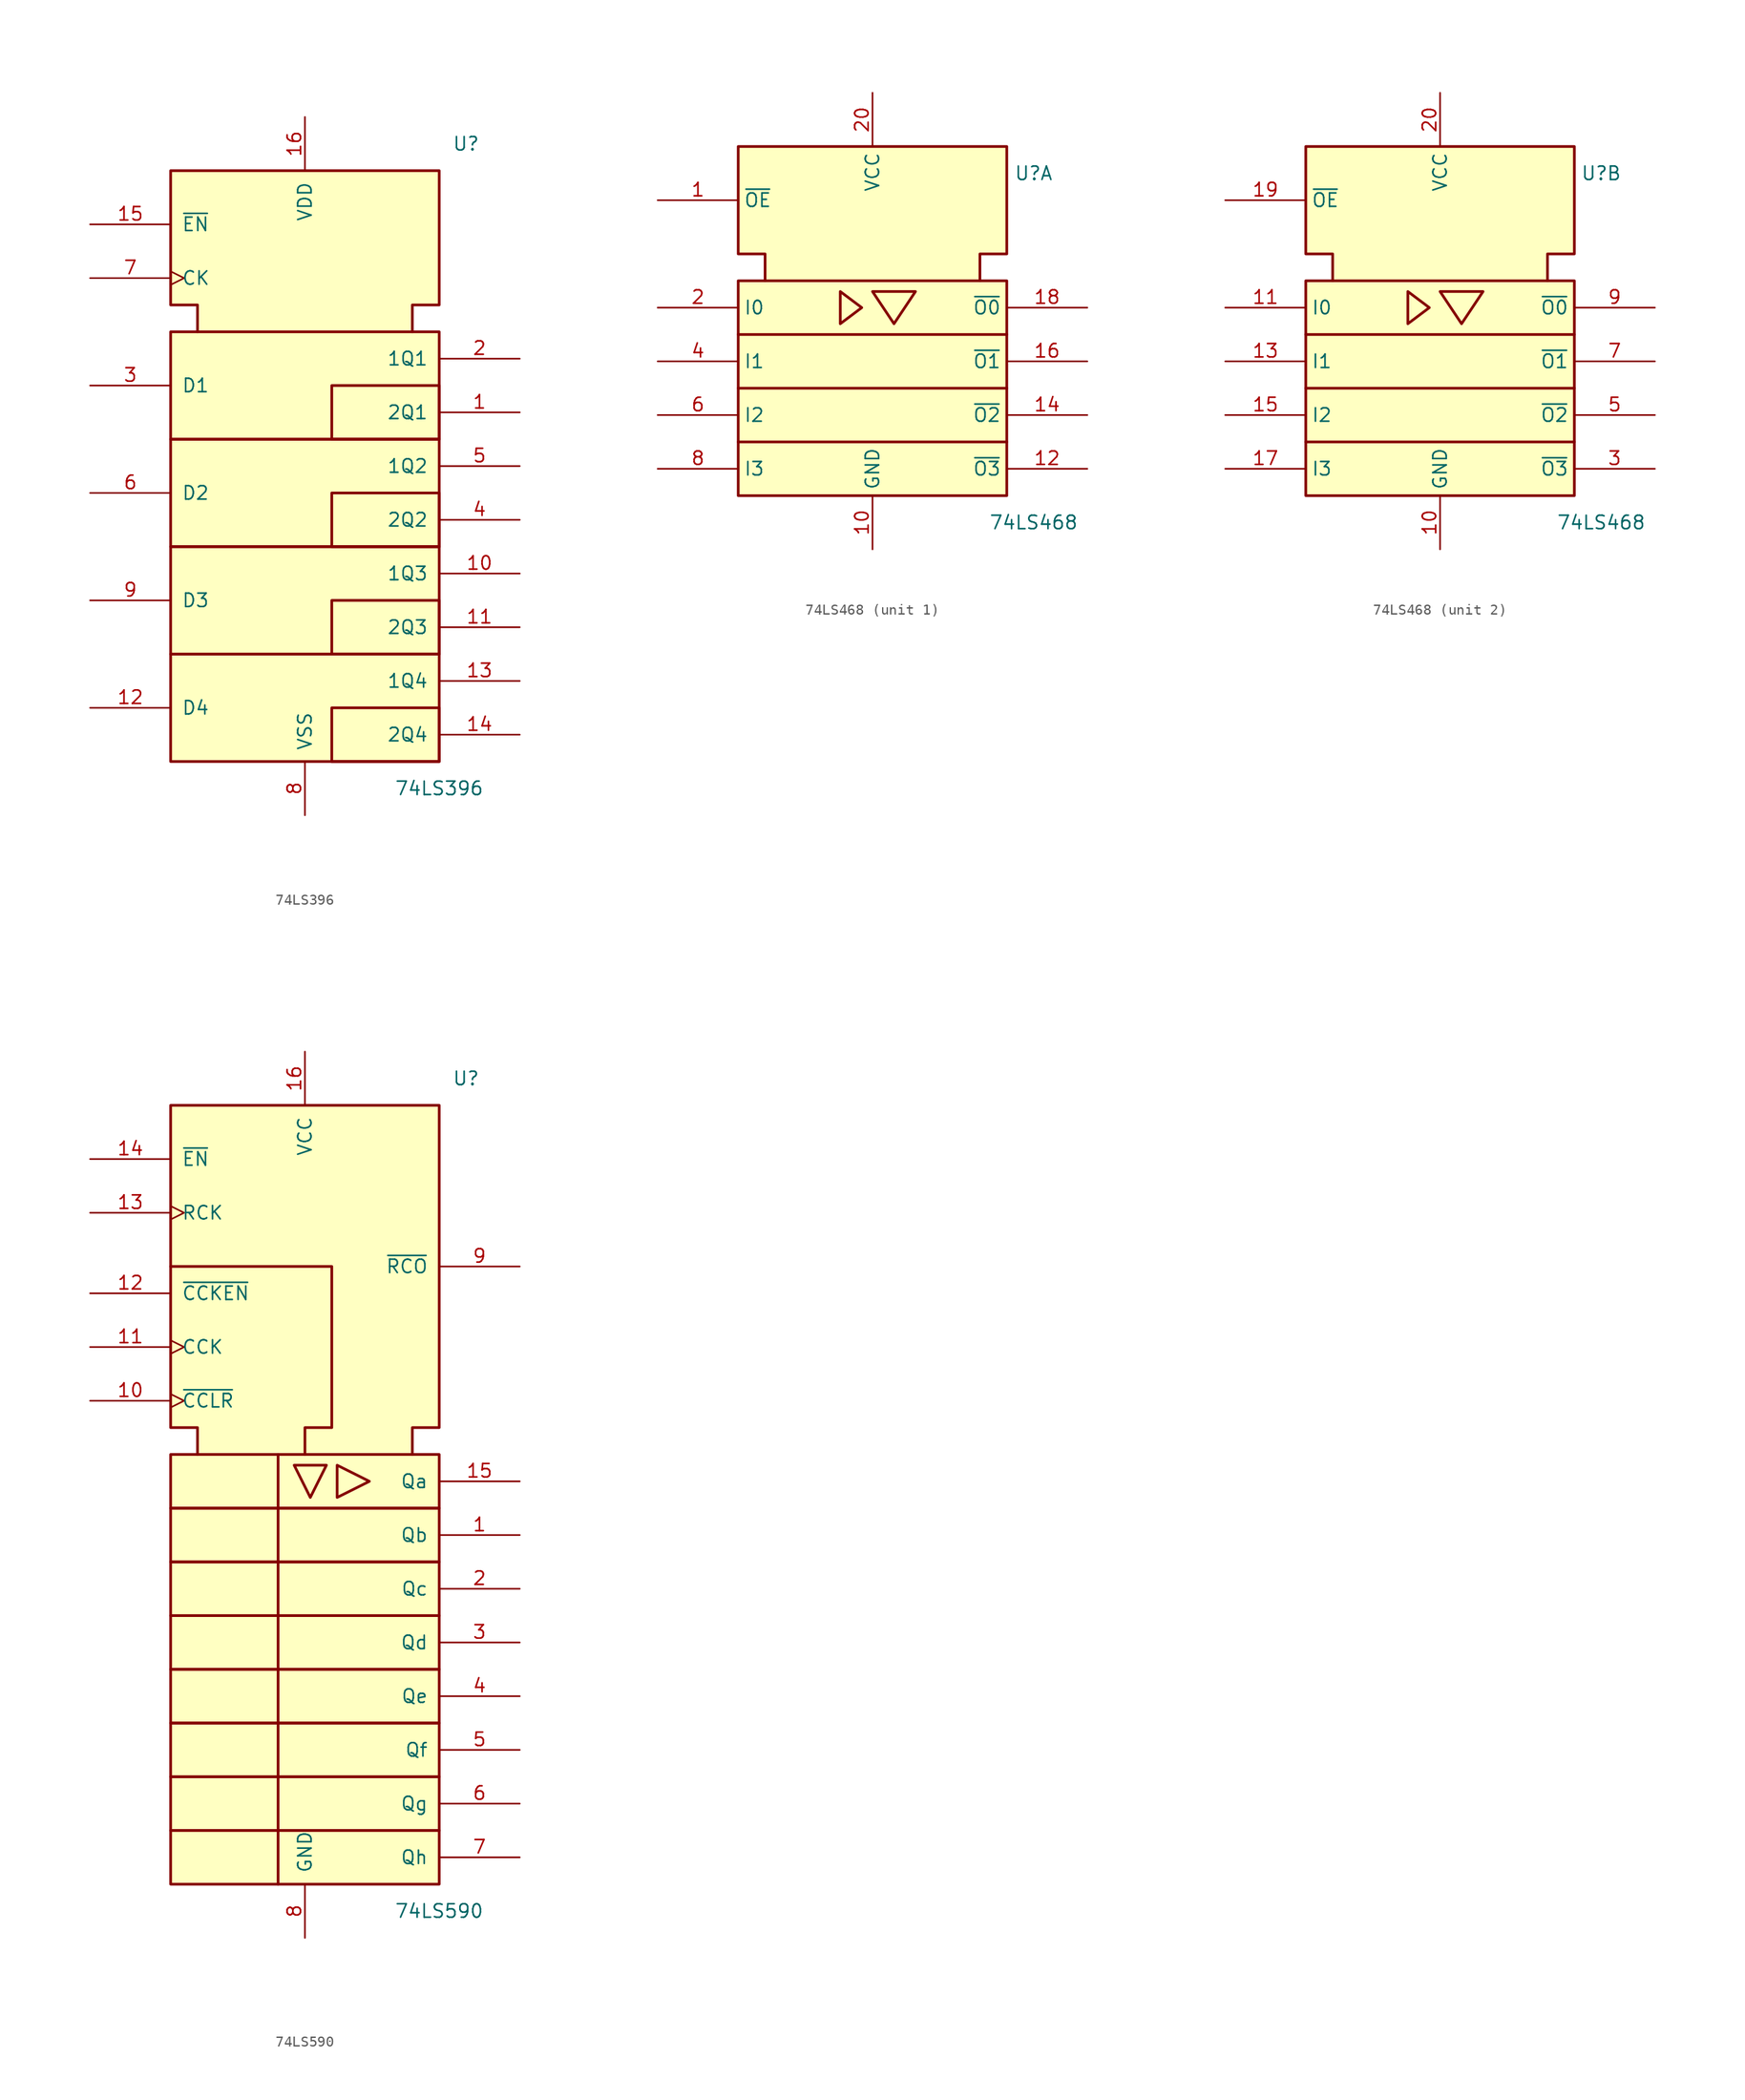
<source format=kicad_sym>
(kicad_symbol_lib
  (version 20220914)
  (generator kicad_symbol_editor)
  (symbol "74LS396"
    (pin_names
      (offset 1.016))
    (property "Reference" "U"
      (at 15.24 20.32 0)
      (effects (font (size 1.27 1.27))))
    (property "Value" "74LS396"
      (at 12.7 -40.64 0)
      (effects (font (size 1.27 1.27))))
    (symbol "74LS396_0_0"
      (rectangle (start -12.7 -27.94) (end 12.7 -38.1) (stroke (width 0.254) (type default)) (fill (type background)))
      (rectangle (start -12.7 -17.78) (end 12.7 -27.94) (stroke (width 0.254) (type default)) (fill (type background)))
      (rectangle (start -12.7 -7.62) (end 12.7 -17.78) (stroke (width 0.254) (type default)) (fill (type background)))
      (rectangle (start -12.7 2.54) (end 12.7 -7.62) (stroke (width 0.254) (type default)) (fill (type background)))
      (rectangle (start 12.7 -33.02) (end 2.54 -38.1) (stroke (width 0.254) (type default)) (fill (type background)))
      (rectangle (start 12.7 -22.86) (end 2.54 -27.94) (stroke (width 0.254) (type default)) (fill (type background)))
      (rectangle (start 12.7 -12.7) (end 2.54 -17.78) (stroke (width 0.254) (type default)) (fill (type background)))
      (rectangle (start 12.7 -2.54) (end 2.54 -7.62) (stroke (width 0.254) (type default)) (fill (type background))))
    (symbol "74LS396_0_1"
      (polyline (pts (xy -10.16 2.54) (xy -10.16 5.08) (xy -12.7 5.08) (xy -12.7 17.78) (xy 12.7 17.78) (xy 12.7 5.08) (xy 10.16 5.08) (xy 10.16 2.54) (xy 10.16 2.54)) (stroke (width 0.254) (type default)) (fill (type background))))
    (symbol "74LS396_1_1"
      (pin output line (at 20.32 -5.08 180) (length 7.62) (name "2Q1" (effects (font (size 1.27 1.27)))) (number "1" (effects (font (size 1.27 1.27)))))
      (pin output line (at 20.32 -20.32 180) (length 7.62) (name "1Q3" (effects (font (size 1.27 1.27)))) (number "10" (effects (font (size 1.27 1.27)))))
      (pin output line (at 20.32 -25.4 180) (length 7.62) (name "2Q3" (effects (font (size 1.27 1.27)))) (number "11" (effects (font (size 1.27 1.27)))))
      (pin input line (at -20.32 -33.02 0) (length 7.62) (name "D4" (effects (font (size 1.27 1.27)))) (number "12" (effects (font (size 1.27 1.27)))))
      (pin output line (at 20.32 -30.48 180) (length 7.62) (name "1Q4" (effects (font (size 1.27 1.27)))) (number "13" (effects (font (size 1.27 1.27)))))
      (pin output line (at 20.32 -35.56 180) (length 7.62) (name "2Q4" (effects (font (size 1.27 1.27)))) (number "14" (effects (font (size 1.27 1.27)))))
      (pin input line (at -20.32 12.7 0) (length 7.62) (name "~{EN}" (effects (font (size 1.27 1.27)))) (number "15" (effects (font (size 1.27 1.27)))))
      (pin power_in line (at 0 22.86 270) (length 5.08) (name "VDD" (effects (font (size 1.27 1.27)))) (number "16" (effects (font (size 1.27 1.27)))))
      (pin output line (at 20.32 0 180) (length 7.62) (name "1Q1" (effects (font (size 1.27 1.27)))) (number "2" (effects (font (size 1.27 1.27)))))
      (pin input line (at -20.32 -2.54 0) (length 7.62) (name "D1" (effects (font (size 1.27 1.27)))) (number "3" (effects (font (size 1.27 1.27)))))
      (pin output line (at 20.32 -15.24 180) (length 7.62) (name "2Q2" (effects (font (size 1.27 1.27)))) (number "4" (effects (font (size 1.27 1.27)))))
      (pin output line (at 20.32 -10.16 180) (length 7.62) (name "1Q2" (effects (font (size 1.27 1.27)))) (number "5" (effects (font (size 1.27 1.27)))))
      (pin input line (at -20.32 -12.7 0) (length 7.62) (name "D2" (effects (font (size 1.27 1.27)))) (number "6" (effects (font (size 1.27 1.27)))))
      (pin input clock (at -20.32 7.62 0) (length 7.62) (name "CK" (effects (font (size 1.27 1.27)))) (number "7" (effects (font (size 1.27 1.27)))))
      (pin power_in line (at 0 -43.18 90) (length 5.08) (name "VSS" (effects (font (size 1.27 1.27)))) (number "8" (effects (font (size 1.27 1.27)))))
      (pin input line (at -20.32 -22.86 0) (length 7.62) (name "D3" (effects (font (size 1.27 1.27)))) (number "9" (effects (font (size 1.27 1.27)))))))
  (symbol "74LS468"
    (property "Reference" "U"
      (at 15.24 17.78 0)
      (effects (font (size 1.27 1.27))))
    (property "Value" "74LS468"
      (at 15.24 -15.24 0)
      (effects (font (size 1.27 1.27))))
    (symbol "74LS468_0_0"
      (polyline (pts (xy -3.048 6.604) (xy -3.048 3.556) (xy -1.016 5.08) (xy -3.048 6.604) (xy -3.048 6.604)) (stroke (width 0.254) (type default)) (fill (type background)))
      (polyline (pts (xy 0.508 6.604) (xy 4.064 6.604) (xy 2.032 3.556) (xy 0 6.604) (xy 0.508 6.604) (xy 0.508 6.604)) (stroke (width 0.254) (type default)) (fill (type background))))
    (symbol "74LS468_0_1"
      (rectangle (start -12.7 7.62) (end 12.7 -12.7) (stroke (width 0.254) (type default)) (fill (type background)))
      (polyline (pts (xy -12.7 -7.62) (xy 12.7 -7.62) (xy 12.7 -7.62)) (stroke (width 0.254) (type default)) (fill (type background)))
      (polyline (pts (xy -12.7 -2.54) (xy 12.7 -2.54) (xy 12.7 -2.54)) (stroke (width 0.254) (type default)) (fill (type background)))
      (polyline (pts (xy -12.7 2.54) (xy 12.7 2.54) (xy 12.7 2.54)) (stroke (width 0.254) (type default)) (fill (type background)))
      (polyline (pts (xy -10.16 7.62) (xy -10.16 10.16) (xy -12.7 10.16) (xy -12.7 20.32) (xy 12.7 20.32) (xy 12.7 10.16) (xy 10.16 10.16) (xy 10.16 7.62) (xy 10.16 7.62)) (stroke (width 0.254) (type default)) (fill (type background)))
      (pin power_in line (at 0 -17.78 90) (length 5.08) (name "GND" (effects (font (size 1.27 1.27)))) (number "10" (effects (font (size 1.27 1.27)))))
      (pin power_in line (at 0 25.4 270) (length 5.08) (name "VCC" (effects (font (size 1.27 1.27)))) (number "20" (effects (font (size 1.27 1.27))))))
    (symbol "74LS468_1_1"
      (pin input line (at -20.32 15.24 0) (length 7.62) (name "~{OE}" (effects (font (size 1.27 1.27)))) (number "1" (effects (font (size 1.27 1.27)))))
      (pin tri_state line (at 20.32 -10.16 180) (length 7.62) (name "~{O3}" (effects (font (size 1.27 1.27)))) (number "12" (effects (font (size 1.27 1.27)))))
      (pin tri_state line (at 20.32 -5.08 180) (length 7.62) (name "~{O2}" (effects (font (size 1.27 1.27)))) (number "14" (effects (font (size 1.27 1.27)))))
      (pin tri_state line (at 20.32 0 180) (length 7.62) (name "~{O1}" (effects (font (size 1.27 1.27)))) (number "16" (effects (font (size 1.27 1.27)))))
      (pin tri_state line (at 20.32 5.08 180) (length 7.62) (name "~{O0}" (effects (font (size 1.27 1.27)))) (number "18" (effects (font (size 1.27 1.27)))))
      (pin input line (at -20.32 5.08 0) (length 7.62) (name "I0" (effects (font (size 1.27 1.27)))) (number "2" (effects (font (size 1.27 1.27)))))
      (pin input line (at -20.32 0 0) (length 7.62) (name "I1" (effects (font (size 1.27 1.27)))) (number "4" (effects (font (size 1.27 1.27)))))
      (pin input line (at -20.32 -5.08 0) (length 7.62) (name "I2" (effects (font (size 1.27 1.27)))) (number "6" (effects (font (size 1.27 1.27)))))
      (pin input line (at -20.32 -10.16 0) (length 7.62) (name "I3" (effects (font (size 1.27 1.27)))) (number "8" (effects (font (size 1.27 1.27))))))
    (symbol "74LS468_2_1"
      (pin input line (at -20.32 5.08 0) (length 7.62) (name "I0" (effects (font (size 1.27 1.27)))) (number "11" (effects (font (size 1.27 1.27)))))
      (pin input line (at -20.32 0 0) (length 7.62) (name "I1" (effects (font (size 1.27 1.27)))) (number "13" (effects (font (size 1.27 1.27)))))
      (pin input line (at -20.32 -5.08 0) (length 7.62) (name "I2" (effects (font (size 1.27 1.27)))) (number "15" (effects (font (size 1.27 1.27)))))
      (pin input line (at -20.32 -10.16 0) (length 7.62) (name "I3" (effects (font (size 1.27 1.27)))) (number "17" (effects (font (size 1.27 1.27)))))
      (pin input line (at -20.32 15.24 0) (length 7.62) (name "~{OE}" (effects (font (size 1.27 1.27)))) (number "19" (effects (font (size 1.27 1.27)))))
      (pin tri_state line (at 20.32 -10.16 180) (length 7.62) (name "~{O3}" (effects (font (size 1.27 1.27)))) (number "3" (effects (font (size 1.27 1.27)))))
      (pin tri_state line (at 20.32 -5.08 180) (length 7.62) (name "~{O2}" (effects (font (size 1.27 1.27)))) (number "5" (effects (font (size 1.27 1.27)))))
      (pin tri_state line (at 20.32 0 180) (length 7.62) (name "~{O1}" (effects (font (size 1.27 1.27)))) (number "7" (effects (font (size 1.27 1.27)))))
      (pin tri_state line (at 20.32 5.08 180) (length 7.62) (name "~{O0}" (effects (font (size 1.27 1.27)))) (number "9" (effects (font (size 1.27 1.27)))))))
  (symbol "74LS590"
    (pin_names
      (offset 1.016))
    (property "Reference" "U"
      (at 15.24 40.64 0)
      (effects (font (size 1.27 1.27))))
    (property "Value" "74LS590"
      (at 12.7 -38.1 0)
      (effects (font (size 1.27 1.27))))
    (symbol "74LS590_0_0"
      (rectangle (start -12.7 -30.48) (end 12.7 -35.56) (stroke (width 0.254) (type default)) (fill (type background)))
      (rectangle (start -12.7 -25.4) (end 12.7 -30.48) (stroke (width 0.254) (type default)) (fill (type background)))
      (rectangle (start -12.7 -20.32) (end 12.7 -25.4) (stroke (width 0.254) (type default)) (fill (type background)))
      (rectangle (start -12.7 -15.24) (end 12.7 -20.32) (stroke (width 0.254) (type default)) (fill (type background)))
      (rectangle (start -12.7 -10.16) (end 12.7 -15.24) (stroke (width 0.254) (type default)) (fill (type background)))
      (rectangle (start -12.7 -5.08) (end 12.7 -10.16) (stroke (width 0.254) (type default)) (fill (type background)))
      (rectangle (start -12.7 0) (end 12.7 -5.08) (stroke (width 0.254) (type default)) (fill (type background)))
      (rectangle (start -12.7 5.08) (end 12.7 0) (stroke (width 0.254) (type default)) (fill (type background)))
      (polyline (pts (xy -2.54 5.08) (xy -2.54 -35.56) (xy -2.54 -35.56)) (stroke (width 0.254) (type default)) (fill (type background)))
      (polyline (pts (xy -1.016 4.064) (xy 2.032 4.064) (xy 0.508 1.016) (xy -1.016 4.064) (xy -1.016 4.064)) (stroke (width 0.254) (type default)) (fill (type background)))
      (polyline (pts (xy 3.048 4.064) (xy 6.096 2.54) (xy 3.048 1.016) (xy 3.048 4.064) (xy 3.048 4.064)) (stroke (width 0.254) (type default)) (fill (type background)))
      (polyline (pts (xy -12.7 22.86) (xy 2.54 22.86) (xy 2.54 7.62) (xy 0 7.62) (xy 0 5.08) (xy 0 5.08)) (stroke (width 0.254) (type default)) (fill (type background)))
      (polyline (pts (xy -10.16 5.08) (xy -10.16 7.62) (xy -12.7 7.62) (xy -12.7 38.1) (xy 12.7 38.1) (xy 12.7 7.62) (xy 10.16 7.62) (xy 10.16 5.08) (xy 10.16 5.08)) (stroke (width 0.254) (type default)) (fill (type background))))
    (symbol "74LS590_0_1"
      (pin power_in line (at 0 43.18 270) (length 5.08) (name "VCC" (effects (font (size 1.27 1.27)))) (number "16" (effects (font (size 1.27 1.27)))))
      (pin power_in line (at 0 -40.64 90) (length 5.08) (name "GND" (effects (font (size 1.27 1.27)))) (number "8" (effects (font (size 1.27 1.27))))))
    (symbol "74LS590_1_1"
      (pin output line (at 20.32 -2.54 180) (length 7.62) (name "Qb" (effects (font (size 1.27 1.27)))) (number "1" (effects (font (size 1.27 1.27)))))
      (pin input clock (at -20.32 10.16 0) (length 7.62) (name "~{CCLR}" (effects (font (size 1.27 1.27)))) (number "10" (effects (font (size 1.27 1.27)))))
      (pin input clock (at -20.32 15.24 0) (length 7.62) (name "CCK" (effects (font (size 1.27 1.27)))) (number "11" (effects (font (size 1.27 1.27)))))
      (pin input line (at -20.32 20.32 0) (length 7.62) (name "~{CCKEN}" (effects (font (size 1.27 1.27)))) (number "12" (effects (font (size 1.27 1.27)))))
      (pin input clock (at -20.32 27.94 0) (length 7.62) (name "RCK" (effects (font (size 1.27 1.27)))) (number "13" (effects (font (size 1.27 1.27)))))
      (pin input line (at -20.32 33.02 0) (length 7.62) (name "~{EN}" (effects (font (size 1.27 1.27)))) (number "14" (effects (font (size 1.27 1.27)))))
      (pin output line (at 20.32 2.54 180) (length 7.62) (name "Qa" (effects (font (size 1.27 1.27)))) (number "15" (effects (font (size 1.27 1.27)))))
      (pin output line (at 20.32 -7.62 180) (length 7.62) (name "Qc" (effects (font (size 1.27 1.27)))) (number "2" (effects (font (size 1.27 1.27)))))
      (pin output line (at 20.32 -12.7 180) (length 7.62) (name "Qd" (effects (font (size 1.27 1.27)))) (number "3" (effects (font (size 1.27 1.27)))))
      (pin output line (at 20.32 -17.78 180) (length 7.62) (name "Qe" (effects (font (size 1.27 1.27)))) (number "4" (effects (font (size 1.27 1.27)))))
      (pin output line (at 20.32 -22.86 180) (length 7.62) (name "Qf" (effects (font (size 1.27 1.27)))) (number "5" (effects (font (size 1.27 1.27)))))
      (pin output line (at 20.32 -27.94 180) (length 7.62) (name "Qg" (effects (font (size 1.27 1.27)))) (number "6" (effects (font (size 1.27 1.27)))))
      (pin output line (at 20.32 -33.02 180) (length 7.62) (name "Qh" (effects (font (size 1.27 1.27)))) (number "7" (effects (font (size 1.27 1.27)))))
      (pin output line (at 20.32 22.86 180) (length 7.62) (name "~{RCO}" (effects (font (size 1.27 1.27)))) (number "9" (effects (font (size 1.27 1.27))))))))
</source>
